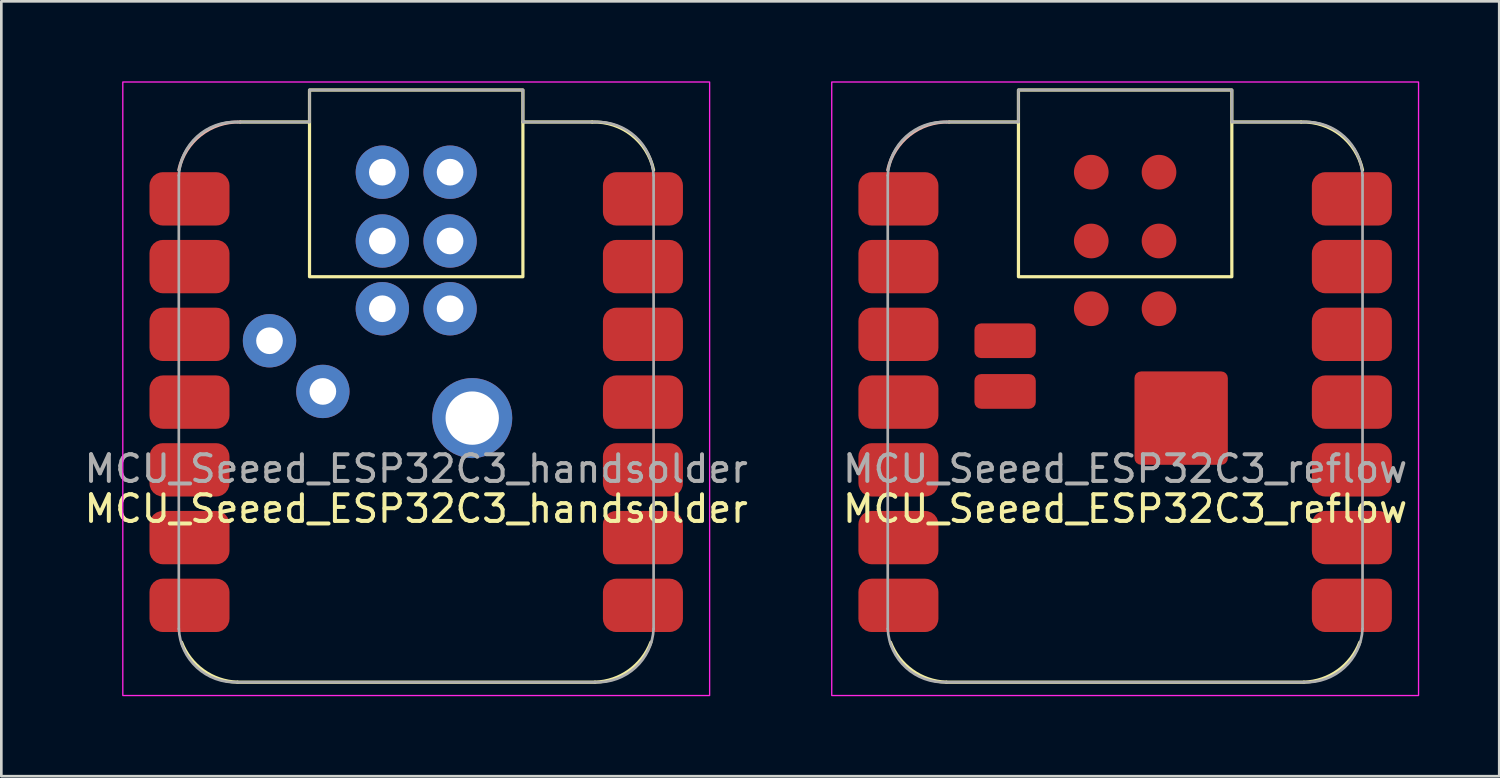
<source format=kicad_pcb>
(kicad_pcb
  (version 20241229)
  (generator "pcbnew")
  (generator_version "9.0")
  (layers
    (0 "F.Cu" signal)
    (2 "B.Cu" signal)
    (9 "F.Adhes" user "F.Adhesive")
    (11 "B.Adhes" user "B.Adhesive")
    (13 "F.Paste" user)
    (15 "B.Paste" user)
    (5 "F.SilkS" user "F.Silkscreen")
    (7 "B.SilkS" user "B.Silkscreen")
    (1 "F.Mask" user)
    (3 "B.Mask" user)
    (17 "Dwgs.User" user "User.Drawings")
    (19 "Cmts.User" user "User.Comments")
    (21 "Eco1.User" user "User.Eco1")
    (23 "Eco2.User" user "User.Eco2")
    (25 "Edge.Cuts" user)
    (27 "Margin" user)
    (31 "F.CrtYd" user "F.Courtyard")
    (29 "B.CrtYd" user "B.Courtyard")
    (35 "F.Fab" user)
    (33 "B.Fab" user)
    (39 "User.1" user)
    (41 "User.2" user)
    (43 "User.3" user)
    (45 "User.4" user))
  (footprint "MCU_Seeed_ESP32C3_reflow"
    (layer "F.Cu")
    (at 39.132 12.025)
    (property "Reference" "MCU_Seeed_ESP32C3_reflow" (at 0 4 0) (unlocked yes) (layer "F.SilkS") (effects (font (size 1 1) (thickness 0.15))))
    (attr smd)
    (fp_line (start -6.7 10.5) (end 6.7 10.5) (stroke (width 0.12) (type default)) (layer "F.SilkS"))
    (fp_line (start -4 -10.5) (end -6.6 -10.5) (stroke (width 0.12) (type default)) (layer "F.SilkS"))
    (fp_line (start 6.6 -10.5) (end 4 -10.5) (stroke (width 0.12) (type default)) (layer "F.SilkS"))
    (fp_rect (start -4 -11.7) (end 4 -4.7) (stroke (width 0.12) (type default)) (fill no) (layer "F.SilkS"))
    (fp_arc (start -6.7 10.5) (mid -7.977232 10.068125) (end -8.8 9) (stroke (width 0.12) (type default)) (layer "F.SilkS"))
    (fp_arc (start 6.6 -10.5) (mid 8.077573 -10.018565) (end 8.9 -8.7) (stroke (width 0.12) (type default)) (layer "F.SilkS"))
    (fp_arc (start 8.8 9) (mid 7.977232 10.068125) (end 6.7 10.5) (stroke (width 0.12) (type default)) (layer "F.SilkS"))
    (fp_arc (start -8.9 -8.7) (mid -8.077573 -10.018566) (end -6.6 -10.5) (stroke (width 0.12) (type default)) (layer "B.SilkS"))
    (fp_rect (start -11 -12) (end 11 11) (stroke (width 0.05) (type default)) (fill no) (layer "F.CrtYd"))
    (fp_line (start -8.9 8.5) (end -8.9 -8.5) (stroke (width 0.1) (type default)) (layer "F.Fab"))
    (fp_line (start -6.7 -10.5) (end -4 -10.5) (stroke (width 0.1) (type default)) (layer "F.Fab"))
    (fp_line (start -4 -11.7) (end 4 -11.7) (stroke (width 0.1) (type default)) (layer "F.Fab"))
    (fp_line (start -4 -10.5) (end -4 -11.7) (stroke (width 0.1) (type default)) (layer "F.Fab"))
    (fp_line (start 4 -11.7) (end 4 -10.5) (stroke (width 0.1) (type default)) (layer "F.Fab"))
    (fp_line (start 4 -10.5) (end 6.7 -10.5) (stroke (width 0.1) (type default)) (layer "F.Fab"))
    (fp_line (start 6.7 10.5) (end -6.7 10.5) (stroke (width 0.1) (type default)) (layer "F.Fab"))
    (fp_line (start 8.9 -8.5) (end 8.9 8.5) (stroke (width 0.1) (type default)) (layer "F.Fab"))
    (fp_arc (start -8.9 -8.5) (mid -8.214214 -9.955635) (end -6.7 -10.5) (stroke (width 0.1) (type default)) (layer "F.Fab"))
    (fp_arc (start -6.7 10.5) (mid -8.214214 9.955635) (end -8.9 8.5) (stroke (width 0.1) (type default)) (layer "F.Fab"))
    (fp_arc (start 6.7 -10.499999) (mid 8.214695 -9.954472) (end 8.9 -8.497676) (stroke (width 0.1) (type default)) (layer "F.Fab"))
    (fp_arc (start 8.9 8.5) (mid 8.214214 9.955635) (end 6.7 10.5) (stroke (width 0.1) (type default)) (layer "F.Fab"))
    (fp_text user "${REFERENCE}" (at 0 2.5 0) (unlocked yes) (layer "F.Fab") (effects (font (size 1 1) (thickness 0.15))))
    (pad "1" smd roundrect (at -8.5 -7.62) (size 3 2) (layers "F.Cu" "F.Mask" "F.Paste") (roundrect_rratio 0.25))
    (pad "2" smd roundrect (at -8.5 -5.08) (size 3 2) (layers "F.Cu" "F.Mask" "F.Paste") (roundrect_rratio 0.25))
    (pad "3" smd roundrect (at -8.5 -2.54) (size 3 2) (layers "F.Cu" "F.Mask" "F.Paste") (roundrect_rratio 0.25))
    (pad "4" smd roundrect (at -8.5 0) (size 3 2) (layers "F.Cu" "F.Mask" "F.Paste") (roundrect_rratio 0.25))
    (pad "5" smd roundrect (at -8.5 2.54) (size 3 2) (layers "F.Cu" "F.Mask" "F.Paste") (roundrect_rratio 0.25))
    (pad "6" smd roundrect (at -8.5 5.08) (size 3 2) (layers "F.Cu" "F.Mask" "F.Paste") (roundrect_rratio 0.25))
    (pad "7" smd roundrect (at -8.5 7.62) (size 3 2) (layers "F.Cu" "F.Mask" "F.Paste") (roundrect_rratio 0.25))
    (pad "8" smd roundrect (at 8.5 7.62) (size 3 2) (layers "F.Cu" "F.Mask" "F.Paste") (roundrect_rratio 0.25))
    (pad "9" smd roundrect (at 8.5 5.08) (size 3 2) (layers "F.Cu" "F.Mask" "F.Paste") (roundrect_rratio 0.25))
    (pad "10" smd roundrect (at 8.5 2.54) (size 3 2) (layers "F.Cu" "F.Mask" "F.Paste") (roundrect_rratio 0.25))
    (pad "11" smd roundrect (at 8.5 0) (size 3 2) (layers "F.Cu" "F.Mask" "F.Paste") (roundrect_rratio 0.25))
    (pad "12" smd roundrect (at 8.5 -2.54) (size 3 2) (layers "F.Cu" "F.Mask" "F.Paste") (roundrect_rratio 0.25))
    (pad "13" smd roundrect (at 8.5 -5.08) (size 3 2) (layers "F.Cu" "F.Mask" "F.Paste") (roundrect_rratio 0.25))
    (pad "14" smd roundrect (at 8.5 -7.62) (size 3 2) (layers "F.Cu" "F.Mask" "F.Paste") (roundrect_rratio 0.25))
    (pad "15" smd roundrect (at 2.1 0.6) (size 3.5 3.5) (layers "F.Cu" "F.Mask" "F.Paste") (roundrect_rratio 0.071))
    (pad "16" smd roundrect (at -4.5 -0.4) (size 2.3 1.3) (layers "F.Cu" "F.Mask" "F.Paste") (roundrect_rratio 0.192))
    (pad "17" smd roundrect (at -4.5 -2.3) (size 2.3 1.3) (layers "F.Cu" "F.Mask" "F.Paste") (roundrect_rratio 0.192))
    (pad "18" smd circle (at -1.27 -8.62) (size 1.3 1.3) (layers "F.Cu" "F.Mask" "F.Paste"))
    (pad "19" smd circle (at -1.27 -6.04) (size 1.3 1.3) (layers "F.Cu" "F.Mask" "F.Paste"))
    (pad "20" smd circle (at -1.27 -3.5) (size 1.3 1.3) (layers "F.Cu" "F.Mask" "F.Paste"))
    (pad "21" smd circle (at 1.27 -3.5) (size 1.3 1.3) (layers "F.Cu" "F.Mask" "F.Paste"))
    (pad "22" smd circle (at 1.27 -6.04) (size 1.3 1.3) (layers "F.Cu" "F.Mask" "F.Paste"))
    (pad "23" smd circle (at 1.27 -8.62) (size 1.3 1.3) (layers "F.Cu" "F.Mask" "F.Paste")))
  (footprint "MCU_Seeed_ESP32C3_handsolder"
    (layer "F.Cu")
    (at 12.554 12.025)
    (property "Reference" "MCU_Seeed_ESP32C3_handsolder" (at 0 4 0) (unlocked yes) (layer "F.SilkS") (effects (font (size 1 1) (thickness 0.15))))
    (attr smd)
    (fp_line (start -6.7 10.5) (end 6.7 10.5) (stroke (width 0.12) (type default)) (layer "F.SilkS"))
    (fp_line (start -4 -10.5) (end -6.6 -10.5) (stroke (width 0.12) (type default)) (layer "F.SilkS"))
    (fp_line (start 6.6 -10.5) (end 4 -10.5) (stroke (width 0.12) (type default)) (layer "F.SilkS"))
    (fp_rect (start -4 -11.7) (end 4 -4.7) (stroke (width 0.12) (type default)) (fill no) (layer "F.SilkS"))
    (fp_arc (start -6.7 10.5) (mid -7.977232 10.068125) (end -8.8 9) (stroke (width 0.12) (type default)) (layer "F.SilkS"))
    (fp_arc (start 6.6 -10.5) (mid 8.077573 -10.018565) (end 8.9 -8.7) (stroke (width 0.12) (type default)) (layer "F.SilkS"))
    (fp_arc (start 8.8 9) (mid 7.977232 10.068125) (end 6.7 10.5) (stroke (width 0.12) (type default)) (layer "F.SilkS"))
    (fp_arc (start -8.9 -8.7) (mid -8.077573 -10.018566) (end -6.6 -10.5) (stroke (width 0.12) (type default)) (layer "B.SilkS"))
    (fp_rect (start -11 -12) (end 11 11) (stroke (width 0.05) (type default)) (fill no) (layer "F.CrtYd"))
    (fp_line (start -8.9 8.5) (end -8.9 -8.5) (stroke (width 0.1) (type default)) (layer "F.Fab"))
    (fp_line (start -6.7 -10.5) (end -4 -10.5) (stroke (width 0.1) (type default)) (layer "F.Fab"))
    (fp_line (start -4 -11.7) (end 4 -11.7) (stroke (width 0.1) (type default)) (layer "F.Fab"))
    (fp_line (start -4 -10.5) (end -4 -11.7) (stroke (width 0.1) (type default)) (layer "F.Fab"))
    (fp_line (start 4 -11.7) (end 4 -10.5) (stroke (width 0.1) (type default)) (layer "F.Fab"))
    (fp_line (start 4 -10.5) (end 6.7 -10.5) (stroke (width 0.1) (type default)) (layer "F.Fab"))
    (fp_line (start 6.7 10.5) (end -6.7 10.5) (stroke (width 0.1) (type default)) (layer "F.Fab"))
    (fp_line (start 8.9 -8.5) (end 8.9 8.5) (stroke (width 0.1) (type default)) (layer "F.Fab"))
    (fp_arc (start -8.9 -8.5) (mid -8.214214 -9.955635) (end -6.7 -10.5) (stroke (width 0.1) (type default)) (layer "F.Fab"))
    (fp_arc (start -6.7 10.5) (mid -8.214214 9.955635) (end -8.9 8.5) (stroke (width 0.1) (type default)) (layer "F.Fab"))
    (fp_arc (start 6.7 -10.499999) (mid 8.214695 -9.954472) (end 8.9 -8.497676) (stroke (width 0.1) (type default)) (layer "F.Fab"))
    (fp_arc (start 8.9 8.5) (mid 8.214214 9.955635) (end 6.7 10.5) (stroke (width 0.1) (type default)) (layer "F.Fab"))
    (fp_text user "${REFERENCE}" (at 0 2.5 0) (unlocked yes) (layer "F.Fab") (effects (font (size 1 1) (thickness 0.15))))
    (pad "1" smd roundrect (at -8.5 -7.62) (size 3 2) (layers "F.Cu" "F.Mask" "F.Paste") (roundrect_rratio 0.25))
    (pad "2" smd roundrect (at -8.5 -5.08) (size 3 2) (layers "F.Cu" "F.Mask" "F.Paste") (roundrect_rratio 0.25))
    (pad "3" smd roundrect (at -8.5 -2.54) (size 3 2) (layers "F.Cu" "F.Mask" "F.Paste") (roundrect_rratio 0.25))
    (pad "4" smd roundrect (at -8.5 0) (size 3 2) (layers "F.Cu" "F.Mask" "F.Paste") (roundrect_rratio 0.25))
    (pad "5" smd roundrect (at -8.5 2.54) (size 3 2) (layers "F.Cu" "F.Mask" "F.Paste") (roundrect_rratio 0.25))
    (pad "6" smd roundrect (at -8.5 5.08) (size 3 2) (layers "F.Cu" "F.Mask" "F.Paste") (roundrect_rratio 0.25))
    (pad "7" smd roundrect (at -8.5 7.62) (size 3 2) (layers "F.Cu" "F.Mask" "F.Paste") (roundrect_rratio 0.25))
    (pad "8" smd roundrect (at 8.5 7.62) (size 3 2) (layers "F.Cu" "F.Mask" "F.Paste") (roundrect_rratio 0.25))
    (pad "9" smd roundrect (at 8.5 5.08) (size 3 2) (layers "F.Cu" "F.Mask" "F.Paste") (roundrect_rratio 0.25))
    (pad "10" smd roundrect (at 8.5 2.54) (size 3 2) (layers "F.Cu" "F.Mask" "F.Paste") (roundrect_rratio 0.25))
    (pad "11" smd roundrect (at 8.5 0) (size 3 2) (layers "F.Cu" "F.Mask" "F.Paste") (roundrect_rratio 0.25))
    (pad "12" smd roundrect (at 8.5 -2.54) (size 3 2) (layers "F.Cu" "F.Mask" "F.Paste") (roundrect_rratio 0.25))
    (pad "13" smd roundrect (at 8.5 -5.08) (size 3 2) (layers "F.Cu" "F.Mask" "F.Paste") (roundrect_rratio 0.25))
    (pad "14" smd roundrect (at 8.5 -7.62) (size 3 2) (layers "F.Cu" "F.Mask" "F.Paste") (roundrect_rratio 0.25))
    (pad "15" thru_hole circle (at 2.1 0.6) (size 3 3) (drill 2) (layers "*.Cu" "*.Mask"))
    (pad "16" thru_hole circle (at -3.5 -0.4) (size 2 2) (drill 1) (layers "*.Cu" "*.Mask"))
    (pad "17" thru_hole circle (at -5.5 -2.3) (size 2 2) (drill 1) (layers "*.Cu" "*.Mask"))
    (pad "18" thru_hole circle (at -1.27 -8.62) (size 2 2) (drill 1) (layers "*.Cu" "*.Mask"))
    (pad "19" thru_hole circle (at -1.27 -6.04) (size 2 2) (drill 1) (layers "*.Cu" "*.Mask"))
    (pad "20" thru_hole circle (at -1.27 -3.5) (size 2 2) (drill 1) (layers "*.Cu" "*.Mask"))
    (pad "21" thru_hole circle (at 1.27 -3.5) (size 2 2) (drill 1) (layers "*.Cu" "*.Mask"))
    (pad "22" thru_hole circle (at 1.27 -6.04) (size 2 2) (drill 1) (layers "*.Cu" "*.Mask"))
    (pad "23" thru_hole circle (at 1.27 -8.62) (size 2 2) (drill 1) (layers "*.Cu" "*.Mask")))
  (gr_rect
    (start -3 -3)
    (end 53.157 26.05)
    (stroke (width 0.1) (type default))
    (fill no)
    (layer "Edge.Cuts")))
</source>
